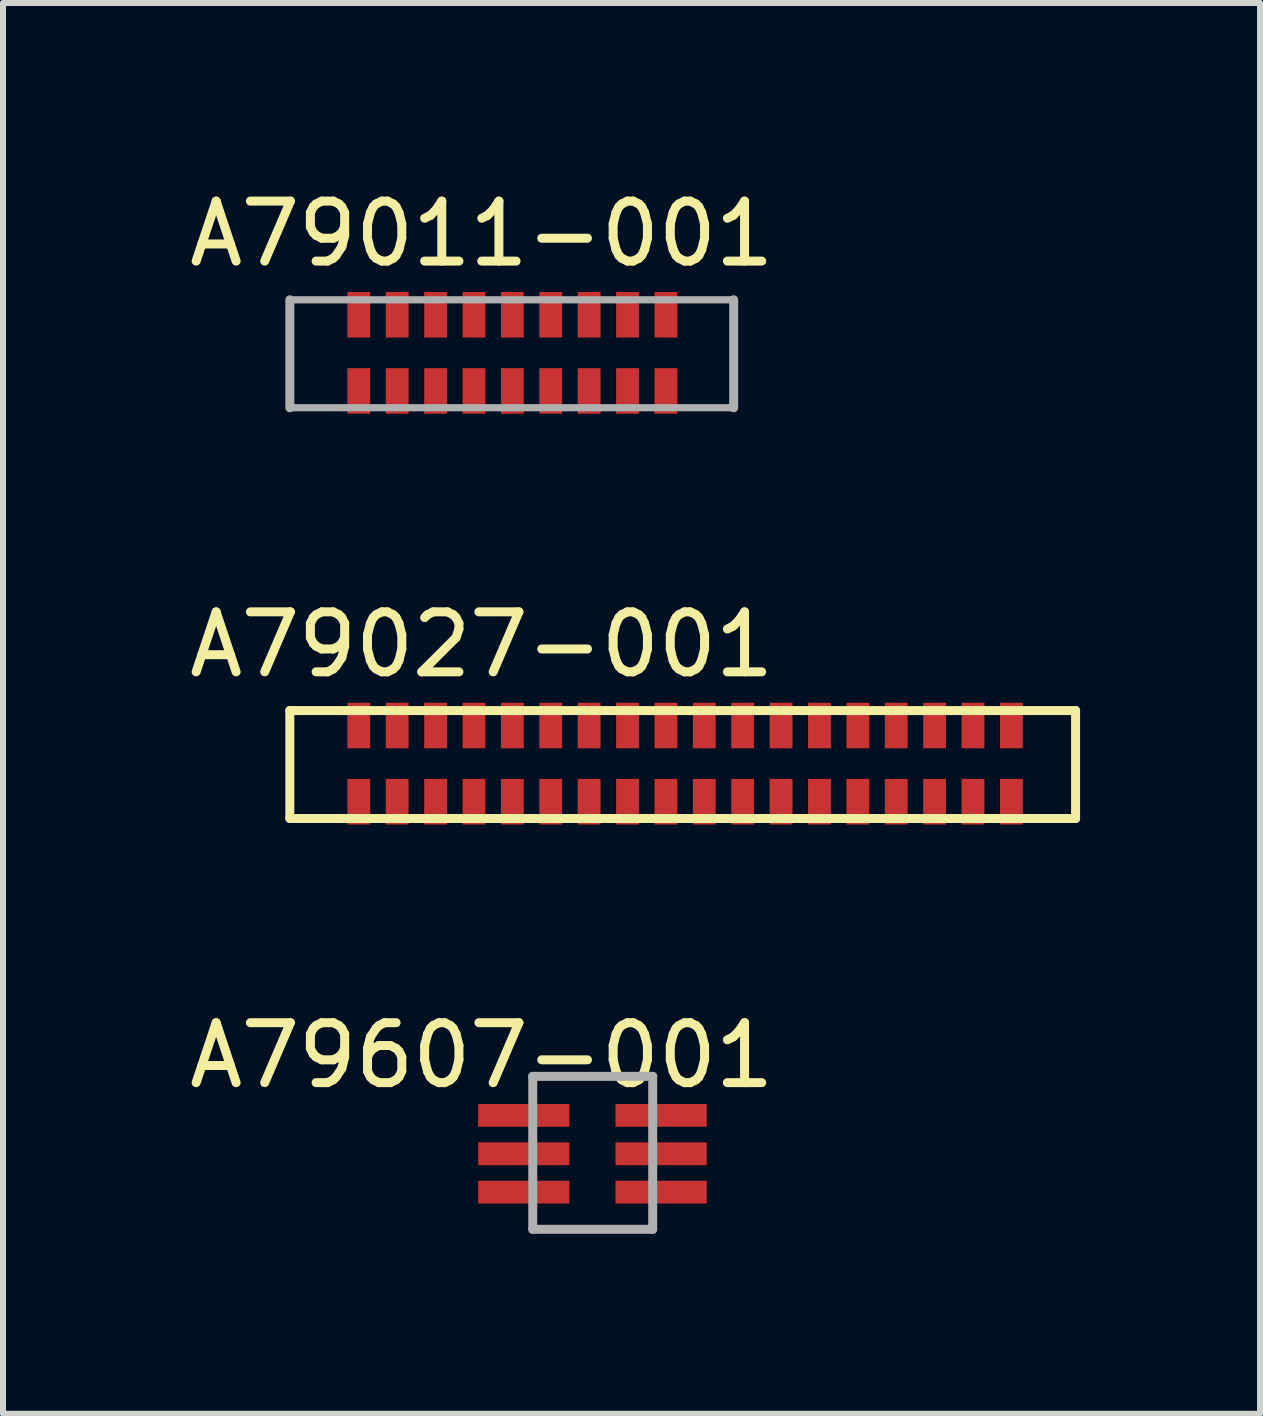
<source format=kicad_pcb>
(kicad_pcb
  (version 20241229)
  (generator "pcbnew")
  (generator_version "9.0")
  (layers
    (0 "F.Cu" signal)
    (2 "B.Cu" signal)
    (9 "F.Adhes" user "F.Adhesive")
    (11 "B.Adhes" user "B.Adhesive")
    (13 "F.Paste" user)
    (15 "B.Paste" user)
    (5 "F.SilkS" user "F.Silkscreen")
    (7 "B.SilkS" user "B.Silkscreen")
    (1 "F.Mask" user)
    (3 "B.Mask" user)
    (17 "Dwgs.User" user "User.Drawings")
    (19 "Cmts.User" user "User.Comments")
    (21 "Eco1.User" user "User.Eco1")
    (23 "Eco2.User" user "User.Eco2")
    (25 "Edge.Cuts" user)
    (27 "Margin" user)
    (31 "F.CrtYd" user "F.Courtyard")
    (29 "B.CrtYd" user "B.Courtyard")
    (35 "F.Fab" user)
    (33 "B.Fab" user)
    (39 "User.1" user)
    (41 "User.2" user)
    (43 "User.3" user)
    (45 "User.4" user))
  (footprint "A79607-001"
    (layer "F.Cu")
    (at 4.882 15.345)
    (property "Reference" "A79607-001" (at 0.1 -0.8 0) (layer "F.SilkS") (effects (font (size 1 1) (thickness 0.15))))
    (attr through_hole)
    (fp_line (start 0.95 2.1) (end 0.95 -0.45) (stroke (width 0.15) (type solid)) (layer "F.Fab"))
    (fp_line (start 2.95 -0.45) (end 0.95 -0.45) (stroke (width 0.15) (type solid)) (layer "F.Fab"))
    (fp_line (start 2.95 2.1) (end 0.95 2.1) (stroke (width 0.15) (type solid)) (layer "F.Fab"))
    (fp_line (start 2.95 2.1) (end 2.95 -0.45) (stroke (width 0.15) (type solid)) (layer "F.Fab"))
    (pad "1" smd rect (at 0.8 0.2) (size 1.52 0.38) (layers "F.Cu" "F.Mask" "F.Paste"))
    (pad "2" smd rect (at 3.09 0.2) (size 1.52 0.38) (layers "F.Cu" "F.Mask" "F.Paste"))
    (pad "3" smd rect (at 0.8 0.84) (size 1.52 0.38) (layers "F.Cu" "F.Mask" "F.Paste"))
    (pad "4" smd rect (at 3.09 0.84) (size 1.52 0.38) (layers "F.Cu" "F.Mask" "F.Paste"))
    (pad "5" smd rect (at 0.8 1.48) (size 1.52 0.38) (layers "F.Cu" "F.Mask" "F.Paste"))
    (pad "6" smd rect (at 3.09 1.48) (size 1.52 0.38) (layers "F.Cu" "F.Mask" "F.Paste")))
  (footprint "A79011-001"
    (layer "F.Cu")
    (at 2.932 2.198)
    (property "Reference" "A79011-001" (at 2.05 -1.35 0) (layer "F.SilkS") (effects (font (size 1 1) (thickness 0.15))))
    (attr through_hole)
    (fp_line (start -1.15 -0.25) (end 6.25 -0.25) (stroke (width 0.12) (type solid)) (layer "F.Fab"))
    (fp_line (start -1.15 1.55) (end -1.15 -0.25) (stroke (width 0.15) (type solid)) (layer "F.Fab"))
    (fp_line (start 6.25 -0.25) (end 6.25 1.55) (stroke (width 0.15) (type solid)) (layer "F.Fab"))
    (fp_line (start 6.25 1.55) (end -1.15 1.55) (stroke (width 0.12) (type solid)) (layer "F.Fab"))
    (pad "1" smd rect (at 0 0) (size 0.38 0.76) (layers "F.Cu" "F.Mask" "F.Paste"))
    (pad "2" smd rect (at 0 1.27) (size 0.38 0.76) (layers "F.Cu" "F.Mask" "F.Paste"))
    (pad "3" smd rect (at 0.64 0) (size 0.38 0.76) (layers "F.Cu" "F.Mask" "F.Paste"))
    (pad "4" smd rect (at 0.64 1.27) (size 0.38 0.76) (layers "F.Cu" "F.Mask" "F.Paste"))
    (pad "5" smd rect (at 1.28 0) (size 0.38 0.76) (layers "F.Cu" "F.Mask" "F.Paste"))
    (pad "6" smd rect (at 1.28 1.27) (size 0.38 0.76) (layers "F.Cu" "F.Mask" "F.Paste"))
    (pad "7" smd rect (at 1.92 0) (size 0.38 0.76) (layers "F.Cu" "F.Mask" "F.Paste"))
    (pad "8" smd rect (at 1.92 1.27) (size 0.38 0.76) (layers "F.Cu" "F.Mask" "F.Paste"))
    (pad "9" smd rect (at 2.56 0) (size 0.38 0.76) (layers "F.Cu" "F.Mask" "F.Paste"))
    (pad "10" smd rect (at 2.56 1.27) (size 0.38 0.76) (layers "F.Cu" "F.Mask" "F.Paste"))
    (pad "11" smd rect (at 3.2 0) (size 0.38 0.76) (layers "F.Cu" "F.Mask" "F.Paste"))
    (pad "12" smd rect (at 3.2 1.27) (size 0.38 0.76) (layers "F.Cu" "F.Mask" "F.Paste"))
    (pad "13" smd rect (at 3.84 0) (size 0.38 0.76) (layers "F.Cu" "F.Mask" "F.Paste"))
    (pad "14" smd rect (at 3.84 1.27) (size 0.38 0.76) (layers "F.Cu" "F.Mask" "F.Paste"))
    (pad "15" smd rect (at 4.48 0) (size 0.38 0.76) (layers "F.Cu" "F.Mask" "F.Paste"))
    (pad "16" smd rect (at 4.48 1.27) (size 0.38 0.76) (layers "F.Cu" "F.Mask" "F.Paste"))
    (pad "17" smd rect (at 5.12 0) (size 0.38 0.76) (layers "F.Cu" "F.Mask" "F.Paste"))
    (pad "18" smd rect (at 5.12 1.27) (size 0.38 0.76) (layers "F.Cu" "F.Mask" "F.Paste")))
  (footprint "A79027-001"
    (layer "F.Cu")
    (at 2.932 9.046)
    (property "Reference" "A79027-001" (at 2.05 -1.35 0) (layer "F.SilkS") (effects (font (size 1 1) (thickness 0.15))))
    (attr through_hole)
    (fp_line (start -1.15 -0.25) (end 11.95 -0.25) (stroke (width 0.15) (type solid)) (layer "F.SilkS"))
    (fp_line (start -1.15 1.55) (end -1.15 -0.25) (stroke (width 0.15) (type solid)) (layer "F.SilkS"))
    (fp_line (start 11.95 -0.25) (end 11.95 1.55) (stroke (width 0.15) (type solid)) (layer "F.SilkS"))
    (fp_line (start 11.95 1.55) (end -1.15 1.55) (stroke (width 0.15) (type solid)) (layer "F.SilkS"))
    (pad "1" smd rect (at 0 1.27) (size 0.38 0.76) (layers "F.Cu" "F.Mask" "F.Paste"))
    (pad "2" smd rect (at 0 0) (size 0.38 0.76) (layers "F.Cu" "F.Mask" "F.Paste"))
    (pad "3" smd rect (at 0.64 1.27) (size 0.38 0.76) (layers "F.Cu" "F.Mask" "F.Paste"))
    (pad "4" smd rect (at 0.64 0) (size 0.38 0.76) (layers "F.Cu" "F.Mask" "F.Paste"))
    (pad "5" smd rect (at 1.28 1.27) (size 0.38 0.76) (layers "F.Cu" "F.Mask" "F.Paste"))
    (pad "6" smd rect (at 1.28 0) (size 0.38 0.76) (layers "F.Cu" "F.Mask" "F.Paste"))
    (pad "7" smd rect (at 1.92 1.27) (size 0.38 0.76) (layers "F.Cu" "F.Mask" "F.Paste"))
    (pad "8" smd rect (at 1.92 0) (size 0.38 0.76) (layers "F.Cu" "F.Mask" "F.Paste"))
    (pad "9" smd rect (at 2.56 1.27) (size 0.38 0.76) (layers "F.Cu" "F.Mask" "F.Paste"))
    (pad "10" smd rect (at 2.56 0) (size 0.38 0.76) (layers "F.Cu" "F.Mask" "F.Paste"))
    (pad "11" smd rect (at 3.2 1.27) (size 0.38 0.76) (layers "F.Cu" "F.Mask" "F.Paste"))
    (pad "12" smd rect (at 3.2 0) (size 0.38 0.76) (layers "F.Cu" "F.Mask" "F.Paste"))
    (pad "13" smd rect (at 3.84 1.27) (size 0.38 0.76) (layers "F.Cu" "F.Mask" "F.Paste"))
    (pad "14" smd rect (at 3.84 0) (size 0.38 0.76) (layers "F.Cu" "F.Mask" "F.Paste"))
    (pad "15" smd rect (at 4.48 1.27) (size 0.38 0.76) (layers "F.Cu" "F.Mask" "F.Paste"))
    (pad "16" smd rect (at 4.48 0) (size 0.38 0.76) (layers "F.Cu" "F.Mask" "F.Paste"))
    (pad "17" smd rect (at 5.12 1.27) (size 0.38 0.76) (layers "F.Cu" "F.Mask" "F.Paste"))
    (pad "18" smd rect (at 5.12 0) (size 0.38 0.76) (layers "F.Cu" "F.Mask" "F.Paste"))
    (pad "19" smd rect (at 5.76 1.27) (size 0.38 0.76) (layers "F.Cu" "F.Mask" "F.Paste"))
    (pad "20" smd rect (at 5.76 0) (size 0.38 0.76) (layers "F.Cu" "F.Mask" "F.Paste"))
    (pad "21" smd rect (at 6.4 1.27) (size 0.38 0.76) (layers "F.Cu" "F.Mask" "F.Paste"))
    (pad "22" smd rect (at 6.4 0) (size 0.38 0.76) (layers "F.Cu" "F.Mask" "F.Paste"))
    (pad "23" smd rect (at 7.04 1.27) (size 0.38 0.76) (layers "F.Cu" "F.Mask" "F.Paste"))
    (pad "24" smd rect (at 7.04 0) (size 0.38 0.76) (layers "F.Cu" "F.Mask" "F.Paste"))
    (pad "25" smd rect (at 7.68 1.27) (size 0.38 0.76) (layers "F.Cu" "F.Mask" "F.Paste"))
    (pad "26" smd rect (at 7.68 0) (size 0.38 0.76) (layers "F.Cu" "F.Mask" "F.Paste"))
    (pad "27" smd rect (at 8.32 1.27) (size 0.38 0.76) (layers "F.Cu" "F.Mask" "F.Paste"))
    (pad "28" smd rect (at 8.32 0) (size 0.38 0.76) (layers "F.Cu" "F.Mask" "F.Paste"))
    (pad "29" smd rect (at 8.96 1.27) (size 0.38 0.76) (layers "F.Cu" "F.Mask" "F.Paste"))
    (pad "30" smd rect (at 8.96 0) (size 0.38 0.76) (layers "F.Cu" "F.Mask" "F.Paste"))
    (pad "31" smd rect (at 9.6 1.27) (size 0.38 0.76) (layers "F.Cu" "F.Mask" "F.Paste"))
    (pad "32" smd rect (at 9.6 0) (size 0.38 0.76) (layers "F.Cu" "F.Mask" "F.Paste"))
    (pad "33" smd rect (at 10.24 1.27) (size 0.38 0.76) (layers "F.Cu" "F.Mask" "F.Paste"))
    (pad "34" smd rect (at 10.24 0) (size 0.38 0.76) (layers "F.Cu" "F.Mask" "F.Paste"))
    (pad "35" smd rect (at 10.88 1.27) (size 0.38 0.76) (layers "F.Cu" "F.Mask" "F.Paste"))
    (pad "36" smd rect (at 10.88 0) (size 0.38 0.76) (layers "F.Cu" "F.Mask" "F.Paste")))
  (gr_rect
    (start -3 -3)
    (end 17.957 20.52)
    (stroke (width 0.1) (type default))
    (fill no)
    (layer "Edge.Cuts")))
</source>
